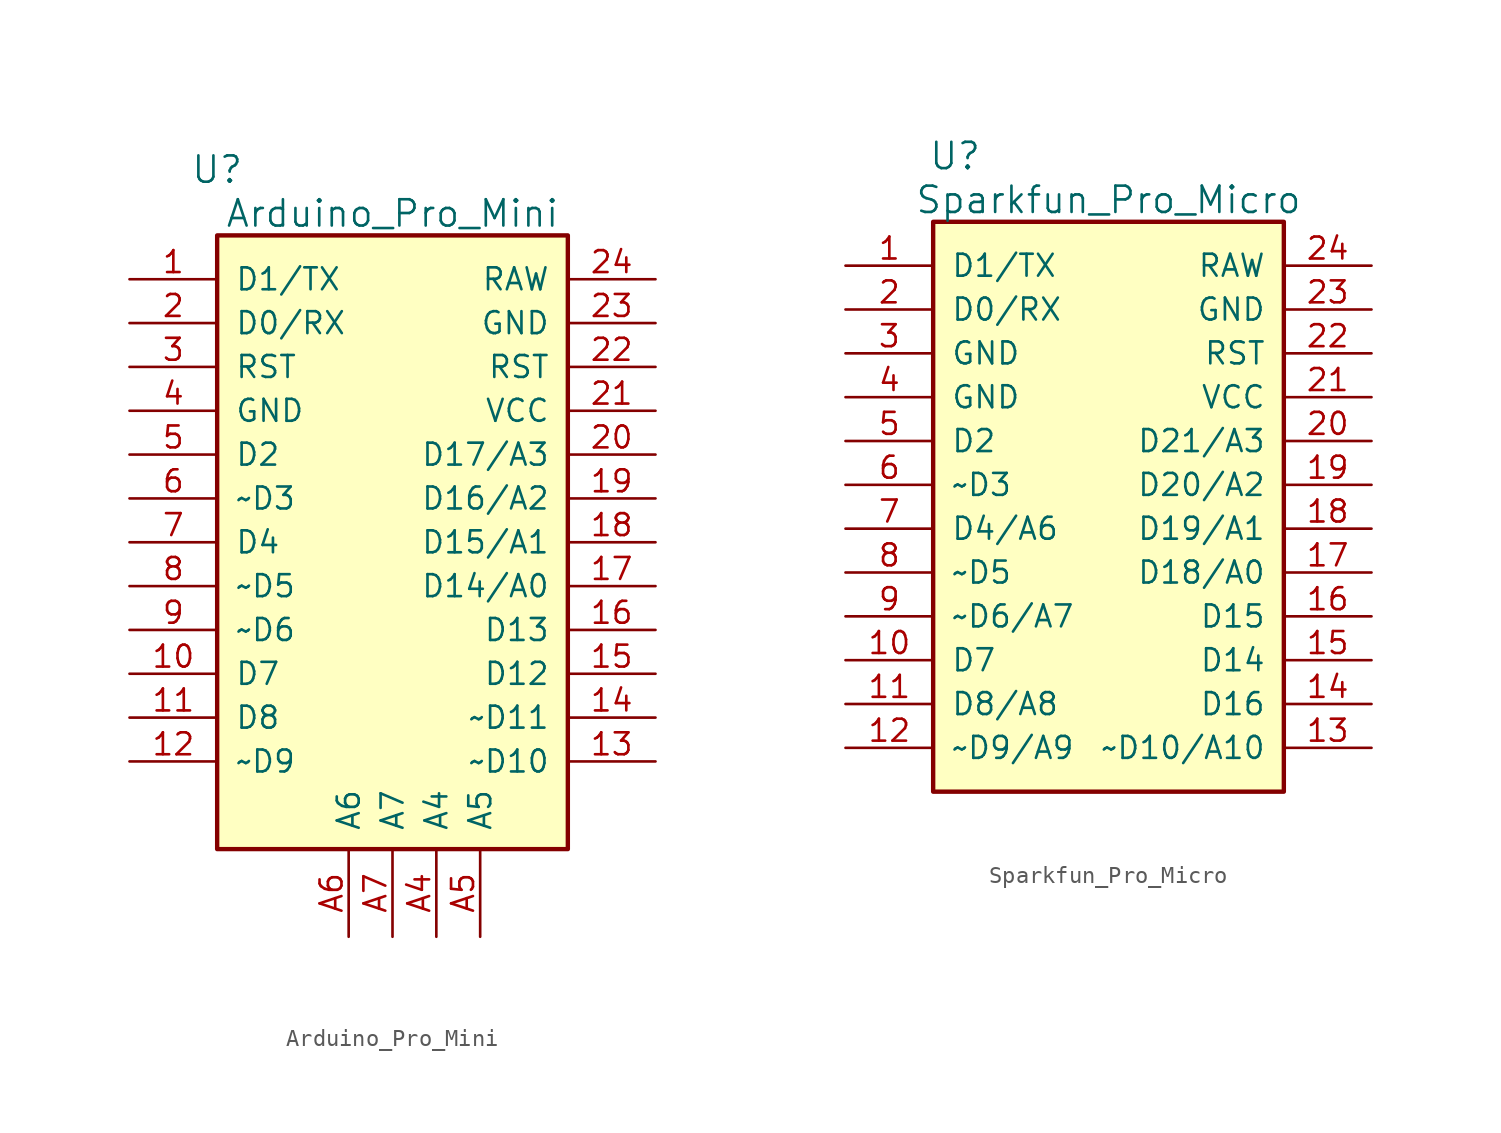
<source format=kicad_sym>
(kicad_symbol_lib
  (version 20241209)
  (generator "kicad_symbol_editor")
  (generator_version "9.0")
  (symbol "Arduino_Pro_Mini"
    (pin_names
      (offset 1.016))
    (property "Reference" "U"
      (at -10.16 21.59 0)
      (effects (font (size 1.524 1.524))))
    (property "Value" "Arduino_Pro_Mini"
      (at 0 19.05 0)
      (effects (font (size 1.524 1.524))))
    (symbol "Arduino_Pro_Mini_0_1"
      (rectangle (start -10.16 17.78) (end 10.16 -17.78) (stroke (width 0.254) (type solid)) (fill (type background))))
    (symbol "Arduino_Pro_Mini_1_1"
      (pin bidirectional line (at -15.24 15.24 0) (length 5.08) (name "D1/TX" (effects (font (size 1.27 1.27)))) (number "1" (effects (font (size 1.27 1.27)))))
      (pin bidirectional line (at -15.24 12.7 0) (length 5.08) (name "D0/RX" (effects (font (size 1.27 1.27)))) (number "2" (effects (font (size 1.27 1.27)))))
      (pin input line (at -15.24 10.16 0) (length 5.08) (name "RST" (effects (font (size 1.27 1.27)))) (number "3" (effects (font (size 1.27 1.27)))))
      (pin power_in line (at -15.24 7.62 0) (length 5.08) (name "GND" (effects (font (size 1.27 1.27)))) (number "4" (effects (font (size 1.27 1.27)))))
      (pin bidirectional line (at -15.24 5.08 0) (length 5.08) (name "D2" (effects (font (size 1.27 1.27)))) (number "5" (effects (font (size 1.27 1.27)))))
      (pin bidirectional line (at -15.24 2.54 0) (length 5.08) (name "~D3" (effects (font (size 1.27 1.27)))) (number "6" (effects (font (size 1.27 1.27)))))
      (pin bidirectional line (at -15.24 0 0) (length 5.08) (name "D4" (effects (font (size 1.27 1.27)))) (number "7" (effects (font (size 1.27 1.27)))))
      (pin bidirectional line (at -15.24 -2.54 0) (length 5.08) (name "~D5" (effects (font (size 1.27 1.27)))) (number "8" (effects (font (size 1.27 1.27)))))
      (pin bidirectional line (at -15.24 -5.08 0) (length 5.08) (name "~D6" (effects (font (size 1.27 1.27)))) (number "9" (effects (font (size 1.27 1.27)))))
      (pin bidirectional line (at -15.24 -7.62 0) (length 5.08) (name "D7" (effects (font (size 1.27 1.27)))) (number "10" (effects (font (size 1.27 1.27)))))
      (pin bidirectional line (at -15.24 -10.16 0) (length 5.08) (name "D8" (effects (font (size 1.27 1.27)))) (number "11" (effects (font (size 1.27 1.27)))))
      (pin bidirectional line (at -15.24 -12.7 0) (length 5.08) (name "~D9" (effects (font (size 1.27 1.27)))) (number "12" (effects (font (size 1.27 1.27)))))
      (pin bidirectional line (at -2.54 -22.86 90) (length 5.08) (name "A6" (effects (font (size 1.27 1.27)))) (number "A6" (effects (font (size 1.27 1.27)))))
      (pin bidirectional line (at 0 -22.86 90) (length 5.08) (name "A7" (effects (font (size 1.27 1.27)))) (number "A7" (effects (font (size 1.27 1.27)))))
      (pin bidirectional line (at 2.54 -22.86 90) (length 5.08) (name "A4" (effects (font (size 1.27 1.27)))) (number "A4" (effects (font (size 1.27 1.27)))))
      (pin bidirectional line (at 5.08 -22.86 90) (length 5.08) (name "A5" (effects (font (size 1.27 1.27)))) (number "A5" (effects (font (size 1.27 1.27)))))
      (pin power_out line (at 15.24 15.24 180) (length 5.08) (name "RAW" (effects (font (size 1.27 1.27)))) (number "24" (effects (font (size 1.27 1.27)))))
      (pin power_in line (at 15.24 12.7 180) (length 5.08) (name "GND" (effects (font (size 1.27 1.27)))) (number "23" (effects (font (size 1.27 1.27)))))
      (pin input line (at 15.24 10.16 180) (length 5.08) (name "RST" (effects (font (size 1.27 1.27)))) (number "22" (effects (font (size 1.27 1.27)))))
      (pin power_in line (at 15.24 7.62 180) (length 5.08) (name "VCC" (effects (font (size 1.27 1.27)))) (number "21" (effects (font (size 1.27 1.27)))))
      (pin bidirectional line (at 15.24 5.08 180) (length 5.08) (name "D17/A3" (effects (font (size 1.27 1.27)))) (number "20" (effects (font (size 1.27 1.27)))))
      (pin bidirectional line (at 15.24 2.54 180) (length 5.08) (name "D16/A2" (effects (font (size 1.27 1.27)))) (number "19" (effects (font (size 1.27 1.27)))))
      (pin bidirectional line (at 15.24 0 180) (length 5.08) (name "D15/A1" (effects (font (size 1.27 1.27)))) (number "18" (effects (font (size 1.27 1.27)))))
      (pin bidirectional line (at 15.24 -2.54 180) (length 5.08) (name "D14/A0" (effects (font (size 1.27 1.27)))) (number "17" (effects (font (size 1.27 1.27)))))
      (pin bidirectional line (at 15.24 -5.08 180) (length 5.08) (name "D13" (effects (font (size 1.27 1.27)))) (number "16" (effects (font (size 1.27 1.27)))))
      (pin bidirectional line (at 15.24 -7.62 180) (length 5.08) (name "D12" (effects (font (size 1.27 1.27)))) (number "15" (effects (font (size 1.27 1.27)))))
      (pin bidirectional line (at 15.24 -10.16 180) (length 5.08) (name "~D11" (effects (font (size 1.27 1.27)))) (number "14" (effects (font (size 1.27 1.27)))))
      (pin bidirectional line (at 15.24 -12.7 180) (length 5.08) (name "~D10" (effects (font (size 1.27 1.27)))) (number "13" (effects (font (size 1.27 1.27)))))))
  (symbol "Sparkfun_Pro_Micro"
    (pin_names
      (offset 1.016))
    (property "Reference" "U"
      (at -8.89 21.59 0)
      (effects (font (size 1.524 1.524))))
    (property "Value" "Sparkfun_Pro_Micro"
      (at 0 19.05 0)
      (effects (font (size 1.524 1.524))))
    (symbol "Sparkfun_Pro_Micro_0_1"
      (rectangle (start -10.16 17.78) (end 10.16 -15.24) (stroke (width 0.254) (type solid)) (fill (type background))))
    (symbol "Sparkfun_Pro_Micro_1_1"
      (pin bidirectional line (at -15.24 15.24 0) (length 5.08) (name "D1/TX" (effects (font (size 1.27 1.27)))) (number "1" (effects (font (size 1.27 1.27)))))
      (pin bidirectional line (at -15.24 12.7 0) (length 5.08) (name "D0/RX" (effects (font (size 1.27 1.27)))) (number "2" (effects (font (size 1.27 1.27)))))
      (pin power_in line (at -15.24 10.16 0) (length 5.08) (name "GND" (effects (font (size 1.27 1.27)))) (number "3" (effects (font (size 1.27 1.27)))))
      (pin power_in line (at -15.24 7.62 0) (length 5.08) (name "GND" (effects (font (size 1.27 1.27)))) (number "4" (effects (font (size 1.27 1.27)))))
      (pin bidirectional line (at -15.24 5.08 0) (length 5.08) (name "D2" (effects (font (size 1.27 1.27)))) (number "5" (effects (font (size 1.27 1.27)))))
      (pin bidirectional line (at -15.24 2.54 0) (length 5.08) (name "~D3" (effects (font (size 1.27 1.27)))) (number "6" (effects (font (size 1.27 1.27)))))
      (pin bidirectional line (at -15.24 0 0) (length 5.08) (name "D4/A6" (effects (font (size 1.27 1.27)))) (number "7" (effects (font (size 1.27 1.27)))))
      (pin bidirectional line (at -15.24 -2.54 0) (length 5.08) (name "~D5" (effects (font (size 1.27 1.27)))) (number "8" (effects (font (size 1.27 1.27)))))
      (pin bidirectional line (at -15.24 -5.08 0) (length 5.08) (name "~D6/A7" (effects (font (size 1.27 1.27)))) (number "9" (effects (font (size 1.27 1.27)))))
      (pin bidirectional line (at -15.24 -7.62 0) (length 5.08) (name "D7" (effects (font (size 1.27 1.27)))) (number "10" (effects (font (size 1.27 1.27)))))
      (pin bidirectional line (at -15.24 -10.16 0) (length 5.08) (name "D8/A8" (effects (font (size 1.27 1.27)))) (number "11" (effects (font (size 1.27 1.27)))))
      (pin bidirectional line (at -15.24 -12.7 0) (length 5.08) (name "~D9/A9" (effects (font (size 1.27 1.27)))) (number "12" (effects (font (size 1.27 1.27)))))
      (pin power_in line (at 15.24 15.24 180) (length 5.08) (name "RAW" (effects (font (size 1.27 1.27)))) (number "24" (effects (font (size 1.27 1.27)))))
      (pin power_in line (at 15.24 12.7 180) (length 5.08) (name "GND" (effects (font (size 1.27 1.27)))) (number "23" (effects (font (size 1.27 1.27)))))
      (pin input line (at 15.24 10.16 180) (length 5.08) (name "RST" (effects (font (size 1.27 1.27)))) (number "22" (effects (font (size 1.27 1.27)))))
      (pin power_in line (at 15.24 7.62 180) (length 5.08) (name "VCC" (effects (font (size 1.27 1.27)))) (number "21" (effects (font (size 1.27 1.27)))))
      (pin bidirectional line (at 15.24 5.08 180) (length 5.08) (name "D21/A3" (effects (font (size 1.27 1.27)))) (number "20" (effects (font (size 1.27 1.27)))))
      (pin bidirectional line (at 15.24 2.54 180) (length 5.08) (name "D20/A2" (effects (font (size 1.27 1.27)))) (number "19" (effects (font (size 1.27 1.27)))))
      (pin bidirectional line (at 15.24 0 180) (length 5.08) (name "D19/A1" (effects (font (size 1.27 1.27)))) (number "18" (effects (font (size 1.27 1.27)))))
      (pin bidirectional line (at 15.24 -2.54 180) (length 5.08) (name "D18/A0" (effects (font (size 1.27 1.27)))) (number "17" (effects (font (size 1.27 1.27)))))
      (pin bidirectional line (at 15.24 -5.08 180) (length 5.08) (name "D15" (effects (font (size 1.27 1.27)))) (number "16" (effects (font (size 1.27 1.27)))))
      (pin bidirectional line (at 15.24 -7.62 180) (length 5.08) (name "D14" (effects (font (size 1.27 1.27)))) (number "15" (effects (font (size 1.27 1.27)))))
      (pin bidirectional line (at 15.24 -10.16 180) (length 5.08) (name "D16" (effects (font (size 1.27 1.27)))) (number "14" (effects (font (size 1.27 1.27)))))
      (pin bidirectional line (at 15.24 -12.7 180) (length 5.08) (name "~D10/A10" (effects (font (size 1.27 1.27)))) (number "13" (effects (font (size 1.27 1.27))))))))
</source>
